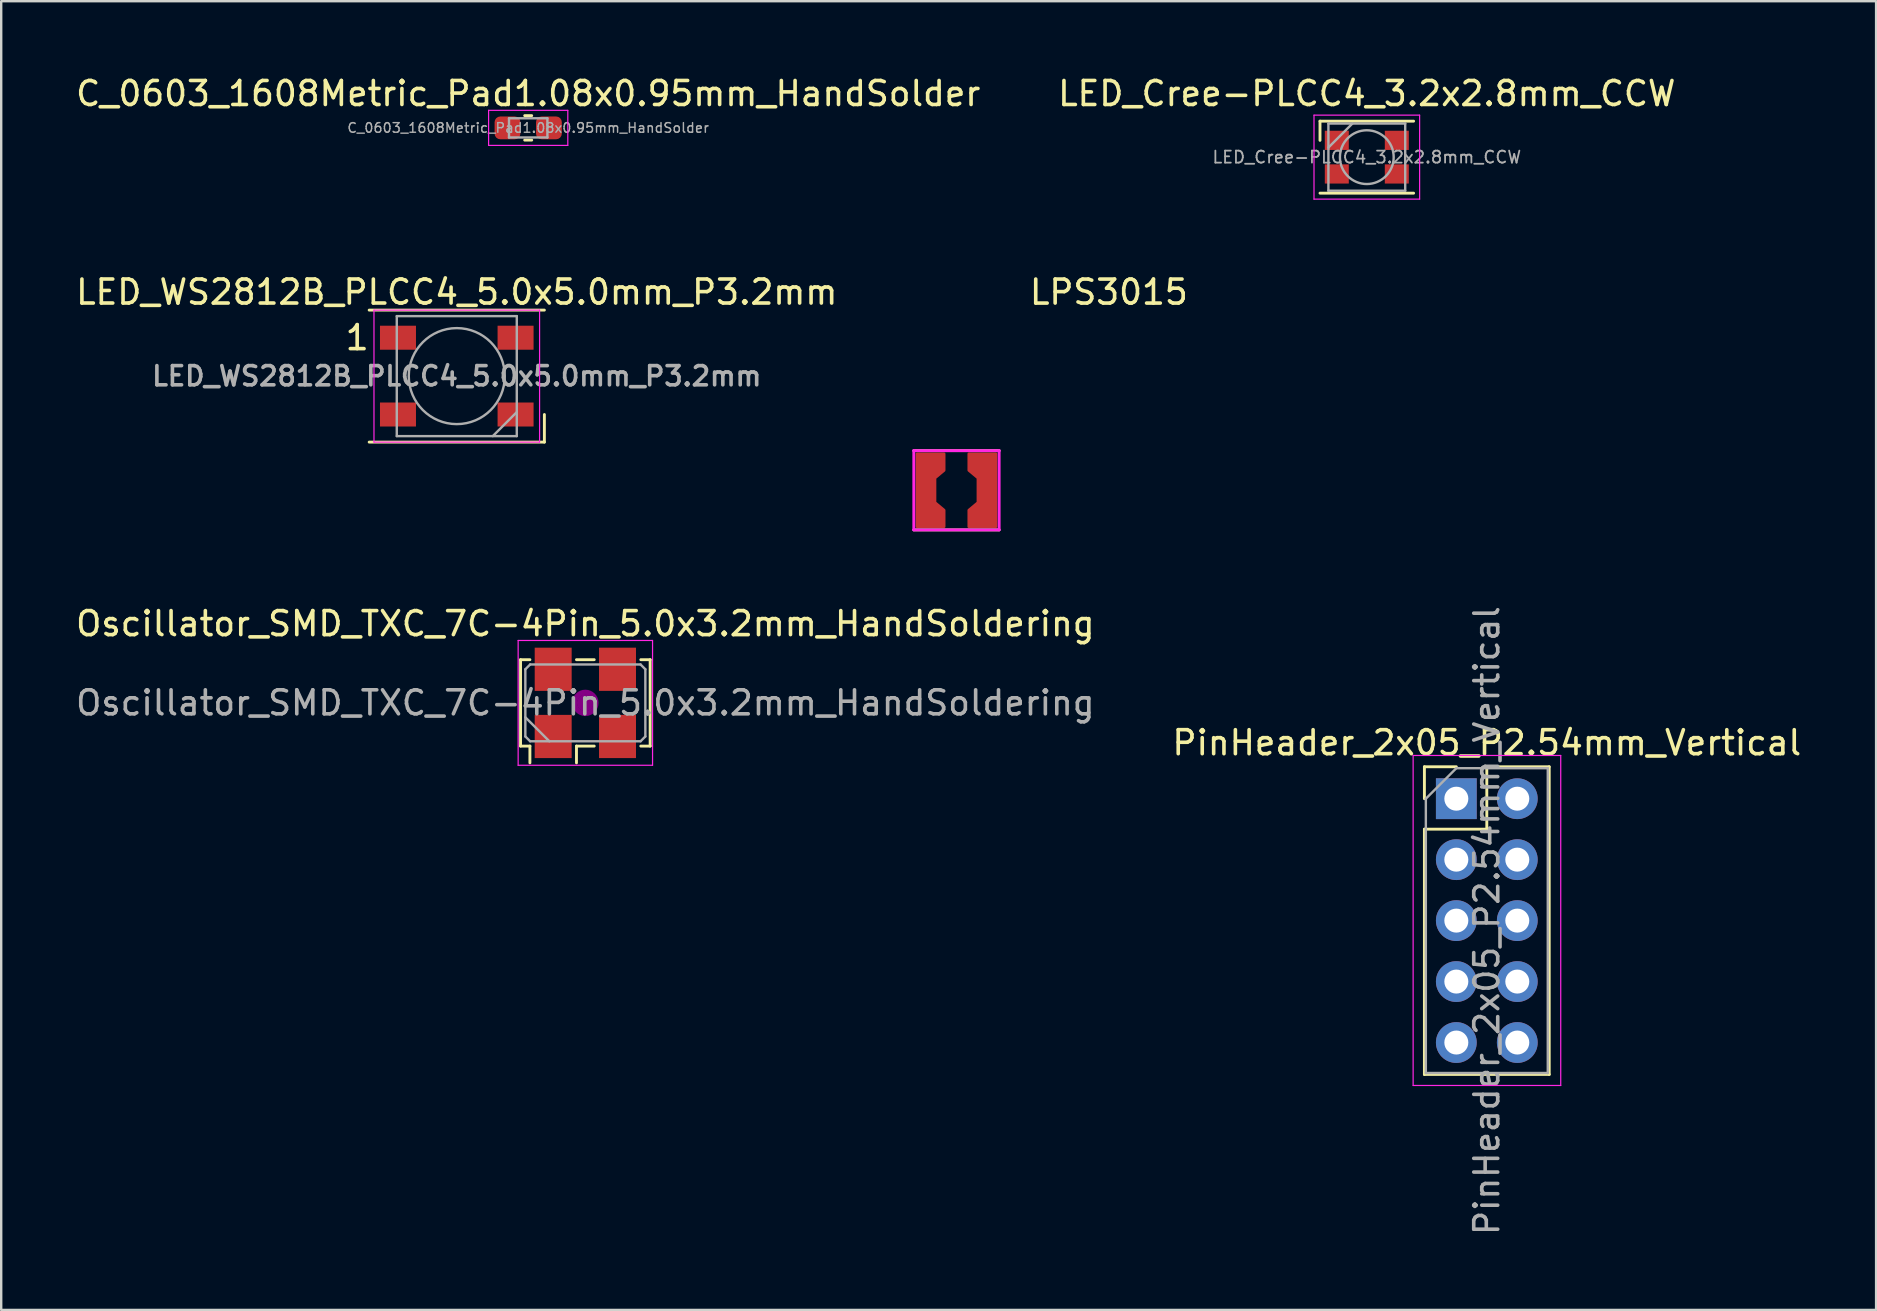
<source format=kicad_pcb>
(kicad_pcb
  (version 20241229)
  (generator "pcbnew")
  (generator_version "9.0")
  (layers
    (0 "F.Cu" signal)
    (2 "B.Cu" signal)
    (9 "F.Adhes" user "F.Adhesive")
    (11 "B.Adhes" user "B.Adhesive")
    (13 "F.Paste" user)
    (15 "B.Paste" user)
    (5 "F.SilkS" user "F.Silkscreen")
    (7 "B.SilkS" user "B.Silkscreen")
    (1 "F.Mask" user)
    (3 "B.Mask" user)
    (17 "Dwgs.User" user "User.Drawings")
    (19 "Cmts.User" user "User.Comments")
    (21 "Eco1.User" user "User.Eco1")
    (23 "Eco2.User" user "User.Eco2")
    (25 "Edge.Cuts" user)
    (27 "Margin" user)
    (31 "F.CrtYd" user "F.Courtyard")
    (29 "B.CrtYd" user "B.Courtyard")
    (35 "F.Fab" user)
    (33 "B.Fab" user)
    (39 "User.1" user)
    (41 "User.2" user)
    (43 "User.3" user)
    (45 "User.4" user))
  (footprint "PinHeader_2x05_P2.54mm_Vertical"
    (layer "F.Cu")
    (at 57.629 30.228)
    (property "Reference" "PinHeader_2x05_P2.54mm_Vertical" (at 1.27 -2.33 0) (layer "F.SilkS") (effects (font (size 1 1) (thickness 0.15))))
    (attr through_hole)
    (fp_line (start -1.33 -1.33) (end 0 -1.33) (stroke (width 0.12) (type solid)) (layer "F.SilkS"))
    (fp_line (start -1.33 0) (end -1.33 -1.33) (stroke (width 0.12) (type solid)) (layer "F.SilkS"))
    (fp_line (start -1.33 1.27) (end -1.33 11.49) (stroke (width 0.12) (type solid)) (layer "F.SilkS"))
    (fp_line (start -1.33 1.27) (end 1.27 1.27) (stroke (width 0.12) (type solid)) (layer "F.SilkS"))
    (fp_line (start -1.33 11.49) (end 3.87 11.49) (stroke (width 0.12) (type solid)) (layer "F.SilkS"))
    (fp_line (start 1.27 -1.33) (end 3.87 -1.33) (stroke (width 0.12) (type solid)) (layer "F.SilkS"))
    (fp_line (start 1.27 1.27) (end 1.27 -1.33) (stroke (width 0.12) (type solid)) (layer "F.SilkS"))
    (fp_line (start 3.87 -1.33) (end 3.87 11.49) (stroke (width 0.12) (type solid)) (layer "F.SilkS"))
    (fp_line (start -1.8 -1.8) (end -1.8 11.95) (stroke (width 0.05) (type solid)) (layer "F.CrtYd"))
    (fp_line (start -1.8 11.95) (end 4.35 11.95) (stroke (width 0.05) (type solid)) (layer "F.CrtYd"))
    (fp_line (start 4.35 -1.8) (end -1.8 -1.8) (stroke (width 0.05) (type solid)) (layer "F.CrtYd"))
    (fp_line (start 4.35 11.95) (end 4.35 -1.8) (stroke (width 0.05) (type solid)) (layer "F.CrtYd"))
    (fp_line (start -1.27 0) (end 0 -1.27) (stroke (width 0.1) (type solid)) (layer "F.Fab"))
    (fp_line (start -1.27 11.43) (end -1.27 0) (stroke (width 0.1) (type solid)) (layer "F.Fab"))
    (fp_line (start 0 -1.27) (end 3.81 -1.27) (stroke (width 0.1) (type solid)) (layer "F.Fab"))
    (fp_line (start 3.81 -1.27) (end 3.81 11.43) (stroke (width 0.1) (type solid)) (layer "F.Fab"))
    (fp_line (start 3.81 11.43) (end -1.27 11.43) (stroke (width 0.1) (type solid)) (layer "F.Fab"))
    (fp_text user "${REFERENCE}" (at 1.27 5.08 90) (layer "F.Fab") (effects (font (size 1 1) (thickness 0.15))))
    (pad "1" thru_hole rect (at 0 0) (size 1.7 1.7) (drill 1) (layers "*.Cu" "*.Mask"))
    (pad "2" thru_hole oval (at 2.54 0) (size 1.7 1.7) (drill 1) (layers "*.Cu" "*.Mask"))
    (pad "3" thru_hole oval (at 0 2.54) (size 1.7 1.7) (drill 1) (layers "*.Cu" "*.Mask"))
    (pad "4" thru_hole oval (at 2.54 2.54) (size 1.7 1.7) (drill 1) (layers "*.Cu" "*.Mask"))
    (pad "5" thru_hole oval (at 0 5.08) (size 1.7 1.7) (drill 1) (layers "*.Cu" "*.Mask"))
    (pad "6" thru_hole oval (at 2.54 5.08) (size 1.7 1.7) (drill 1) (layers "*.Cu" "*.Mask"))
    (pad "7" thru_hole oval (at 0 7.62) (size 1.7 1.7) (drill 1) (layers "*.Cu" "*.Mask"))
    (pad "8" thru_hole oval (at 2.54 7.62) (size 1.7 1.7) (drill 1) (layers "*.Cu" "*.Mask"))
    (pad "9" thru_hole oval (at 0 10.16) (size 1.7 1.7) (drill 1) (layers "*.Cu" "*.Mask"))
    (pad "10" thru_hole oval (at 2.54 10.16) (size 1.7 1.7) (drill 1) (layers "*.Cu" "*.Mask")))
  (footprint "LED_Cree-PLCC4_3.2x2.8mm_CCW"
    (layer "F.Cu")
    (at 53.899 3.498)
    (property "Reference" "LED_Cree-PLCC4_3.2x2.8mm_CCW" (at 0 -2.65 0) (layer "F.SilkS") (effects (font (size 1 1) (thickness 0.15))))
    (attr smd)
    (fp_line (start -1.95 -1.5) (end 1.95 -1.5) (stroke (width 0.12) (type solid)) (layer "F.SilkS"))
    (fp_line (start -1.95 -0.7) (end -1.95 -1.5) (stroke (width 0.12) (type solid)) (layer "F.SilkS"))
    (fp_line (start -1.95 1.5) (end 1.95 1.5) (stroke (width 0.12) (type solid)) (layer "F.SilkS"))
    (fp_line (start -2.2 -1.75) (end -2.2 1.75) (stroke (width 0.05) (type solid)) (layer "F.CrtYd"))
    (fp_line (start -2.2 1.75) (end 2.2 1.75) (stroke (width 0.05) (type solid)) (layer "F.CrtYd"))
    (fp_line (start 2.2 -1.75) (end -2.2 -1.75) (stroke (width 0.05) (type solid)) (layer "F.CrtYd"))
    (fp_line (start 2.2 1.75) (end 2.2 -1.75) (stroke (width 0.05) (type solid)) (layer "F.CrtYd"))
    (fp_line (start -1.6 -1.4) (end -1.6 1.4) (stroke (width 0.1) (type solid)) (layer "F.Fab"))
    (fp_line (start -1.6 1.4) (end 1.6 1.4) (stroke (width 0.1) (type solid)) (layer "F.Fab"))
    (fp_line (start -0.6 -1.4) (end -1.6 -0.4) (stroke (width 0.1) (type solid)) (layer "F.Fab"))
    (fp_line (start 1.6 -1.4) (end -1.6 -1.4) (stroke (width 0.1) (type solid)) (layer "F.Fab"))
    (fp_line (start 1.6 1.4) (end 1.6 -1.4) (stroke (width 0.1) (type solid)) (layer "F.Fab"))
    (fp_circle (center 0 0) (end 1.12 0) (stroke (width 0.1) (type solid)) (fill no) (layer "F.Fab"))
    (fp_text user "${REFERENCE}" (at 0 0 0) (layer "F.Fab") (effects (font (size 0.5 0.5) (thickness 0.075))))
    (pad "1" smd rect (at -1.25 -0.7) (size 1 0.8) (layers "F.Cu" "F.Mask" "F.Paste"))
    (pad "2" smd rect (at -1.25 0.7) (size 1 0.8) (layers "F.Cu" "F.Mask" "F.Paste"))
    (pad "3" smd rect (at 1.25 0.7) (size 1 0.8) (layers "F.Cu" "F.Mask" "F.Paste"))
    (pad "4" smd rect (at 1.25 -0.7) (size 1 0.8) (layers "F.Cu" "F.Mask" "F.Paste")))
  (footprint "Oscillator_SMD_TXC_7C-4Pin_5.0x3.2mm_HandSoldering"
    (layer "F.Cu")
    (at 21.339 26.236)
    (property "Reference" "Oscillator_SMD_TXC_7C-4Pin_5.0x3.2mm_HandSoldering" (at 0 -3.3 0) (layer "F.SilkS") (effects (font (size 1 1) (thickness 0.15))))
    (attr smd)
    (fp_line (start -2.7 -1.8) (end -2.31 -1.8) (stroke (width 0.12) (type solid)) (layer "F.SilkS"))
    (fp_line (start -2.7 1.8) (end -2.7 -1.8) (stroke (width 0.12) (type solid)) (layer "F.SilkS"))
    (fp_line (start -2.31 1.8) (end -2.7 1.8) (stroke (width 0.12) (type solid)) (layer "F.SilkS"))
    (fp_line (start -2.31 2.5) (end -2.31 1.8) (stroke (width 0.12) (type solid)) (layer "F.SilkS"))
    (fp_line (start -0.37 -1.8) (end 0.37 -1.8) (stroke (width 0.12) (type solid)) (layer "F.SilkS"))
    (fp_line (start -0.37 1.8) (end -0.37 2.5) (stroke (width 0.12) (type solid)) (layer "F.SilkS"))
    (fp_line (start 0.37 1.8) (end -0.37 1.8) (stroke (width 0.12) (type solid)) (layer "F.SilkS"))
    (fp_line (start 2.31 -1.8) (end 2.7 -1.8) (stroke (width 0.12) (type solid)) (layer "F.SilkS"))
    (fp_line (start 2.7 -1.8) (end 2.7 1.8) (stroke (width 0.12) (type solid)) (layer "F.SilkS"))
    (fp_line (start 2.7 1.8) (end 2.31 1.8) (stroke (width 0.12) (type solid)) (layer "F.SilkS"))
    (fp_circle (center 0 0) (end 0.117 0) (stroke (width 0.233) (type solid)) (fill no) (layer "F.Adhes"))
    (fp_circle (center 0 0) (end 0.267 0) (stroke (width 0.167) (type solid)) (fill no) (layer "F.Adhes"))
    (fp_circle (center 0 0) (end 0.417 0) (stroke (width 0.167) (type solid)) (fill no) (layer "F.Adhes"))
    (fp_circle (center 0 0) (end 0.5 0) (stroke (width 0.1) (type solid)) (fill no) (layer "F.Adhes"))
    (fp_line (start -2.8 -2.6) (end -2.8 2.6) (stroke (width 0.05) (type solid)) (layer "F.CrtYd"))
    (fp_line (start -2.8 2.6) (end 2.8 2.6) (stroke (width 0.05) (type solid)) (layer "F.CrtYd"))
    (fp_line (start 2.8 -2.6) (end -2.8 -2.6) (stroke (width 0.05) (type solid)) (layer "F.CrtYd"))
    (fp_line (start 2.8 2.6) (end 2.8 -2.6) (stroke (width 0.05) (type solid)) (layer "F.CrtYd"))
    (fp_line (start -2.5 -1.4) (end -2.3 -1.6) (stroke (width 0.1) (type solid)) (layer "F.Fab"))
    (fp_line (start -2.5 0.6) (end -1.5 1.6) (stroke (width 0.1) (type solid)) (layer "F.Fab"))
    (fp_line (start -2.5 1.4) (end -2.5 -1.4) (stroke (width 0.1) (type solid)) (layer "F.Fab"))
    (fp_line (start -2.3 -1.6) (end 2.3 -1.6) (stroke (width 0.1) (type solid)) (layer "F.Fab"))
    (fp_line (start -2.3 1.6) (end -2.5 1.4) (stroke (width 0.1) (type solid)) (layer "F.Fab"))
    (fp_line (start 2.3 -1.6) (end 2.5 -1.4) (stroke (width 0.1) (type solid)) (layer "F.Fab"))
    (fp_line (start 2.3 1.6) (end -2.3 1.6) (stroke (width 0.1) (type solid)) (layer "F.Fab"))
    (fp_line (start 2.5 -1.4) (end 2.5 1.4) (stroke (width 0.1) (type solid)) (layer "F.Fab"))
    (fp_line (start 2.5 1.4) (end 2.3 1.6) (stroke (width 0.1) (type solid)) (layer "F.Fab"))
    (fp_text user "${REFERENCE}" (at 0 0 0) (layer "F.Fab") (effects (font (size 1 1) (thickness 0.15))))
    (pad "1" smd rect (at -1.34 1.4) (size 1.54 1.8) (layers "F.Cu" "F.Mask" "F.Paste"))
    (pad "2" smd rect (at 1.34 1.4) (size 1.54 1.8) (layers "F.Cu" "F.Mask" "F.Paste"))
    (pad "3" smd rect (at 1.34 -1.4) (size 1.54 1.8) (layers "F.Cu" "F.Mask" "F.Paste"))
    (pad "4" smd rect (at -1.34 -1.4) (size 1.54 1.8) (layers "F.Cu" "F.Mask" "F.Paste")))
  (footprint "LPS3015"
    (layer "F.Cu")
    (at 36.802 17.377)
    (property "Reference" "LPS3015" (at 6.35 -8.255 0) (layer "F.SilkS") (effects (font (size 1 1) (thickness 0.15))))
    (attr smd)
    (fp_line (start -1.778 -1.651) (end 1.778 -1.651) (stroke (width 0.12) (type solid)) (layer "F.SilkS"))
    (fp_line (start -1.778 1.651) (end 1.778 1.651) (stroke (width 0.12) (type solid)) (layer "F.SilkS"))
    (fp_line (start -1.778 -1.651) (end 1.778 -1.651) (stroke (width 0.12) (type solid)) (layer "F.CrtYd"))
    (fp_line (start -1.778 1.651) (end -1.778 -1.651) (stroke (width 0.12) (type solid)) (layer "F.CrtYd"))
    (fp_line (start 1.778 -1.651) (end 1.778 1.651) (stroke (width 0.12) (type solid)) (layer "F.CrtYd"))
    (fp_line (start 1.778 1.651) (end -1.778 1.651) (stroke (width 0.12) (type solid)) (layer "F.CrtYd"))
    (pad "1" smd custom (at -1.27 0) (size 0.127 0.127) (layers "F.Cu" "F.Mask" "F.Paste") (options (anchor circle)) (primitives (gr_poly (pts (xy 0.762 -0.889) (xy 0.762 -0.826) (xy 0.381 -0.508) (xy 0.381 0) (xy 0.381 0.508) (xy 0.762 0.826) (xy 0.762 0.921) (xy 0.762 1.524) (xy -0.381 1.524) (xy -0.381 -0.254) (xy -0.381 -1.524) (xy 0.762 -1.524)) (width 0.1) (fill yes))))
    (pad "2" smd custom (at 1.27 0 180) (size 0.127 0.127) (layers "F.Cu" "F.Mask" "F.Paste") (options (anchor circle)) (primitives (gr_poly (pts (xy 0.762 -0.889) (xy 0.762 -0.826) (xy 0.381 -0.508) (xy 0.381 0) (xy 0.381 0.508) (xy 0.762 0.826) (xy 0.762 0.921) (xy 0.762 1.524) (xy -0.381 1.524) (xy -0.381 -0.254) (xy -0.381 -1.524) (xy 0.762 -1.524)) (width 0.1) (fill yes)))))
  (footprint "LED_WS2812B_PLCC4_5.0x5.0mm_P3.2mm"
    (layer "F.Cu")
    (at 15.982 12.621)
    (property "Reference" "LED_WS2812B_PLCC4_5.0x5.0mm_P3.2mm" (at 0 -3.5 0) (layer "F.SilkS") (effects (font (size 1 1) (thickness 0.15))))
    (attr smd)
    (fp_line (start -3.65 -2.75) (end 3.65 -2.75) (stroke (width 0.12) (type solid)) (layer "F.SilkS"))
    (fp_line (start -3.65 2.75) (end 3.65 2.75) (stroke (width 0.12) (type solid)) (layer "F.SilkS"))
    (fp_line (start 3.65 2.75) (end 3.65 1.6) (stroke (width 0.12) (type solid)) (layer "F.SilkS"))
    (fp_line (start -3.45 -2.75) (end -3.45 2.75) (stroke (width 0.05) (type solid)) (layer "F.CrtYd"))
    (fp_line (start -3.45 2.75) (end 3.45 2.75) (stroke (width 0.05) (type solid)) (layer "F.CrtYd"))
    (fp_line (start 3.45 -2.75) (end -3.45 -2.75) (stroke (width 0.05) (type solid)) (layer "F.CrtYd"))
    (fp_line (start 3.45 2.75) (end 3.45 -2.75) (stroke (width 0.05) (type solid)) (layer "F.CrtYd"))
    (fp_line (start -2.5 -2.5) (end -2.5 2.5) (stroke (width 0.1) (type solid)) (layer "F.Fab"))
    (fp_line (start -2.5 2.5) (end 2.5 2.5) (stroke (width 0.1) (type solid)) (layer "F.Fab"))
    (fp_line (start 2.5 -2.5) (end -2.5 -2.5) (stroke (width 0.1) (type solid)) (layer "F.Fab"))
    (fp_line (start 2.5 1.5) (end 1.5 2.5) (stroke (width 0.1) (type solid)) (layer "F.Fab"))
    (fp_line (start 2.5 2.5) (end 2.5 -2.5) (stroke (width 0.1) (type solid)) (layer "F.Fab"))
    (fp_circle (center 0 0) (end 0 -2) (stroke (width 0.1) (type solid)) (fill no) (layer "F.Fab"))
    (fp_text user "1" (at -4.15 -1.6 0) (layer "F.SilkS") (effects (font (size 1 1) (thickness 0.15))))
    (fp_text user "${REFERENCE}" (at 0 0 0) (layer "F.Fab") (effects (font (size 0.8 0.8) (thickness 0.15))))
    (pad "1" smd rect (at -2.45 -1.6) (size 1.5 1) (layers "F.Cu" "F.Mask" "F.Paste"))
    (pad "2" smd rect (at -2.45 1.6) (size 1.5 1) (layers "F.Cu" "F.Mask" "F.Paste"))
    (pad "3" smd rect (at 2.45 1.6) (size 1.5 1) (layers "F.Cu" "F.Mask" "F.Paste"))
    (pad "4" smd rect (at 2.45 -1.6) (size 1.5 1) (layers "F.Cu" "F.Mask" "F.Paste")))
  (footprint "C_0603_1608Metric_Pad1.08x0.95mm_HandSolder"
    (layer "F.Cu")
    (at 18.958 2.278)
    (property "Reference" "C_0603_1608Metric_Pad1.08x0.95mm_HandSolder" (at 0 -1.43 0) (layer "F.SilkS") (effects (font (size 1 1) (thickness 0.15))))
    (attr smd)
    (fp_line (start -0.146 -0.51) (end 0.146 -0.51) (stroke (width 0.12) (type solid)) (layer "F.SilkS"))
    (fp_line (start -0.146 0.51) (end 0.146 0.51) (stroke (width 0.12) (type solid)) (layer "F.SilkS"))
    (fp_line (start -1.65 -0.73) (end 1.65 -0.73) (stroke (width 0.05) (type solid)) (layer "F.CrtYd"))
    (fp_line (start -1.65 0.73) (end -1.65 -0.73) (stroke (width 0.05) (type solid)) (layer "F.CrtYd"))
    (fp_line (start 1.65 -0.73) (end 1.65 0.73) (stroke (width 0.05) (type solid)) (layer "F.CrtYd"))
    (fp_line (start 1.65 0.73) (end -1.65 0.73) (stroke (width 0.05) (type solid)) (layer "F.CrtYd"))
    (fp_line (start -0.8 -0.4) (end 0.8 -0.4) (stroke (width 0.1) (type solid)) (layer "F.Fab"))
    (fp_line (start -0.8 0.4) (end -0.8 -0.4) (stroke (width 0.1) (type solid)) (layer "F.Fab"))
    (fp_line (start 0.8 -0.4) (end 0.8 0.4) (stroke (width 0.1) (type solid)) (layer "F.Fab"))
    (fp_line (start 0.8 0.4) (end -0.8 0.4) (stroke (width 0.1) (type solid)) (layer "F.Fab"))
    (fp_text user "${REFERENCE}" (at 0 0 0) (layer "F.Fab") (effects (font (size 0.4 0.4) (thickness 0.06))))
    (pad "1" smd roundrect (at -0.863 0) (size 1.075 0.95) (layers "F.Cu" "F.Mask" "F.Paste") (roundrect_rratio 0.25))
    (pad "2" smd roundrect (at 0.863 0) (size 1.075 0.95) (layers "F.Cu" "F.Mask" "F.Paste") (roundrect_rratio 0.25)))
  (gr_rect
    (start -3 -3)
    (end 75.119 51.528)
    (stroke (width 0.1) (type default))
    (fill no)
    (layer "Edge.Cuts")))
</source>
